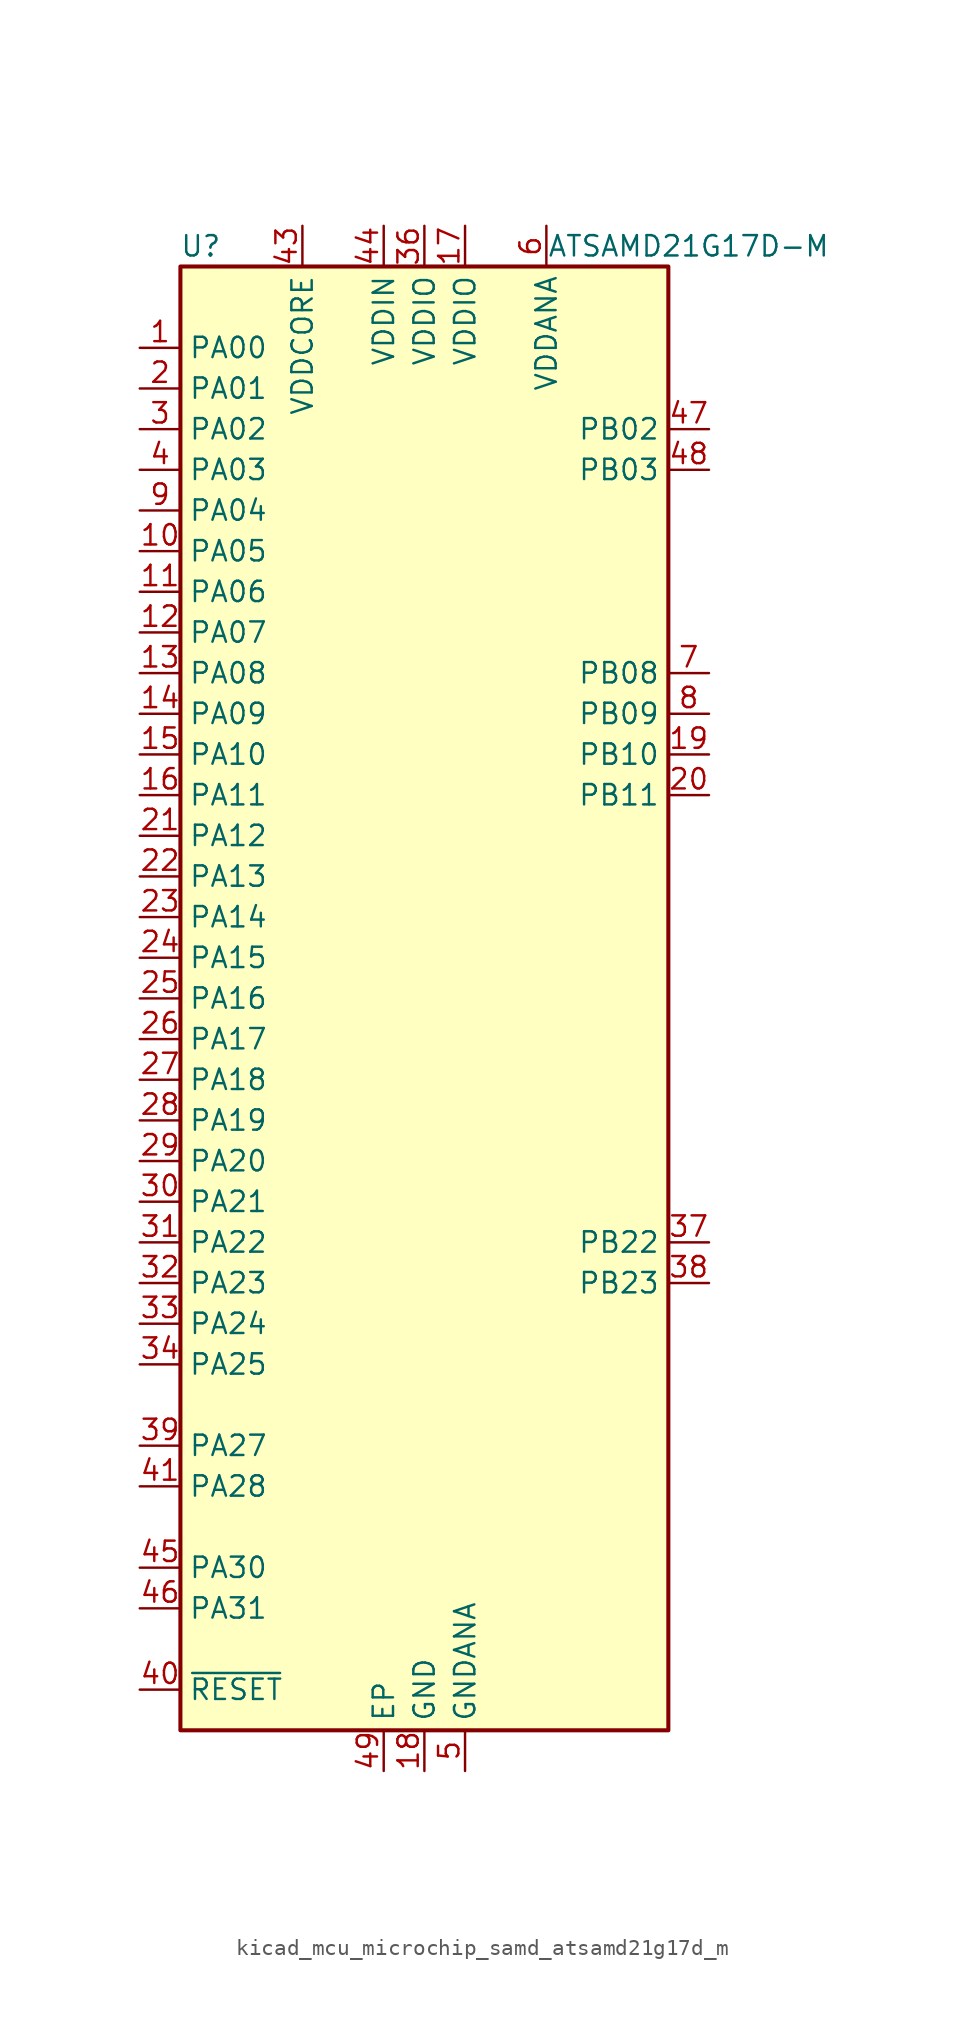
<source format=kicad_sym>
(kicad_symbol_lib
  (version 20220914)
  (generator kicad_symbol_editor)
  (symbol "kicad_mcu_microchip_samd_atsamd21g17d_m"
    (property "Reference" "U"
      (at -13.97 46.99 0)
      (effects (font (size 1.27 1.27))))
    (property "Value" "ATSAMD21G17D-M"
      (at 16.51 46.99 0)
      (effects (font (size 1.27 1.27))))
    (symbol "kicad_mcu_microchip_samd_atsamd21g17d_m_0_1"
      (rectangle (start -15.24 45.72) (end 15.24 -45.72) (stroke (width 0.254) (type default)) (fill (type background))))
    (symbol "kicad_mcu_microchip_samd_atsamd21g17d_m_1_1"
      (pin bidirectional line (at -17.78 40.64 0) (length 2.54) (name "PA00" (effects (font (size 1.27 1.27)))) (number "1" (effects (font (size 1.27 1.27)))))
      (pin bidirectional line (at -17.78 27.94 0) (length 2.54) (name "PA05" (effects (font (size 1.27 1.27)))) (number "10" (effects (font (size 1.27 1.27)))))
      (pin bidirectional line (at -17.78 25.4 0) (length 2.54) (name "PA06" (effects (font (size 1.27 1.27)))) (number "11" (effects (font (size 1.27 1.27)))))
      (pin bidirectional line (at -17.78 22.86 0) (length 2.54) (name "PA07" (effects (font (size 1.27 1.27)))) (number "12" (effects (font (size 1.27 1.27)))))
      (pin bidirectional line (at -17.78 20.32 0) (length 2.54) (name "PA08" (effects (font (size 1.27 1.27)))) (number "13" (effects (font (size 1.27 1.27)))))
      (pin bidirectional line (at -17.78 17.78 0) (length 2.54) (name "PA09" (effects (font (size 1.27 1.27)))) (number "14" (effects (font (size 1.27 1.27)))))
      (pin bidirectional line (at -17.78 15.24 0) (length 2.54) (name "PA10" (effects (font (size 1.27 1.27)))) (number "15" (effects (font (size 1.27 1.27)))))
      (pin bidirectional line (at -17.78 12.7 0) (length 2.54) (name "PA11" (effects (font (size 1.27 1.27)))) (number "16" (effects (font (size 1.27 1.27)))))
      (pin power_in line (at 2.54 48.26 270) (length 2.54) (name "VDDIO" (effects (font (size 1.27 1.27)))) (number "17" (effects (font (size 1.27 1.27)))))
      (pin power_in line (at 0 -48.26 90) (length 2.54) (name "GND" (effects (font (size 1.27 1.27)))) (number "18" (effects (font (size 1.27 1.27)))))
      (pin bidirectional line (at 17.78 15.24 180) (length 2.54) (name "PB10" (effects (font (size 1.27 1.27)))) (number "19" (effects (font (size 1.27 1.27)))))
      (pin bidirectional line (at -17.78 38.1 0) (length 2.54) (name "PA01" (effects (font (size 1.27 1.27)))) (number "2" (effects (font (size 1.27 1.27)))))
      (pin bidirectional line (at 17.78 12.7 180) (length 2.54) (name "PB11" (effects (font (size 1.27 1.27)))) (number "20" (effects (font (size 1.27 1.27)))))
      (pin bidirectional line (at -17.78 10.16 0) (length 2.54) (name "PA12" (effects (font (size 1.27 1.27)))) (number "21" (effects (font (size 1.27 1.27)))))
      (pin bidirectional line (at -17.78 7.62 0) (length 2.54) (name "PA13" (effects (font (size 1.27 1.27)))) (number "22" (effects (font (size 1.27 1.27)))))
      (pin bidirectional line (at -17.78 5.08 0) (length 2.54) (name "PA14" (effects (font (size 1.27 1.27)))) (number "23" (effects (font (size 1.27 1.27)))))
      (pin bidirectional line (at -17.78 2.54 0) (length 2.54) (name "PA15" (effects (font (size 1.27 1.27)))) (number "24" (effects (font (size 1.27 1.27)))))
      (pin bidirectional line (at -17.78 0 0) (length 2.54) (name "PA16" (effects (font (size 1.27 1.27)))) (number "25" (effects (font (size 1.27 1.27)))))
      (pin bidirectional line (at -17.78 -2.54 0) (length 2.54) (name "PA17" (effects (font (size 1.27 1.27)))) (number "26" (effects (font (size 1.27 1.27)))))
      (pin bidirectional line (at -17.78 -5.08 0) (length 2.54) (name "PA18" (effects (font (size 1.27 1.27)))) (number "27" (effects (font (size 1.27 1.27)))))
      (pin bidirectional line (at -17.78 -7.62 0) (length 2.54) (name "PA19" (effects (font (size 1.27 1.27)))) (number "28" (effects (font (size 1.27 1.27)))))
      (pin bidirectional line (at -17.78 -10.16 0) (length 2.54) (name "PA20" (effects (font (size 1.27 1.27)))) (number "29" (effects (font (size 1.27 1.27)))))
      (pin bidirectional line (at -17.78 35.56 0) (length 2.54) (name "PA02" (effects (font (size 1.27 1.27)))) (number "3" (effects (font (size 1.27 1.27)))))
      (pin bidirectional line (at -17.78 -12.7 0) (length 2.54) (name "PA21" (effects (font (size 1.27 1.27)))) (number "30" (effects (font (size 1.27 1.27)))))
      (pin bidirectional line (at -17.78 -15.24 0) (length 2.54) (name "PA22" (effects (font (size 1.27 1.27)))) (number "31" (effects (font (size 1.27 1.27)))))
      (pin bidirectional line (at -17.78 -17.78 0) (length 2.54) (name "PA23" (effects (font (size 1.27 1.27)))) (number "32" (effects (font (size 1.27 1.27)))))
      (pin bidirectional line (at -17.78 -20.32 0) (length 2.54) (name "PA24" (effects (font (size 1.27 1.27)))) (number "33" (effects (font (size 1.27 1.27)))))
      (pin bidirectional line (at -17.78 -22.86 0) (length 2.54) (name "PA25" (effects (font (size 1.27 1.27)))) (number "34" (effects (font (size 1.27 1.27)))))
      (pin passive line (at 0 -48.26 90) (length 2.54) hide (name "GND" (effects (font (size 1.27 1.27)))) (number "35" (effects (font (size 1.27 1.27)))))
      (pin power_in line (at 0 48.26 270) (length 2.54) (name "VDDIO" (effects (font (size 1.27 1.27)))) (number "36" (effects (font (size 1.27 1.27)))))
      (pin bidirectional line (at 17.78 -15.24 180) (length 2.54) (name "PB22" (effects (font (size 1.27 1.27)))) (number "37" (effects (font (size 1.27 1.27)))))
      (pin bidirectional line (at 17.78 -17.78 180) (length 2.54) (name "PB23" (effects (font (size 1.27 1.27)))) (number "38" (effects (font (size 1.27 1.27)))))
      (pin bidirectional line (at -17.78 -27.94 0) (length 2.54) (name "PA27" (effects (font (size 1.27 1.27)))) (number "39" (effects (font (size 1.27 1.27)))))
      (pin bidirectional line (at -17.78 33.02 0) (length 2.54) (name "PA03" (effects (font (size 1.27 1.27)))) (number "4" (effects (font (size 1.27 1.27)))))
      (pin input line (at -17.78 -43.18 0) (length 2.54) (name "~{RESET}" (effects (font (size 1.27 1.27)))) (number "40" (effects (font (size 1.27 1.27)))))
      (pin bidirectional line (at -17.78 -30.48 0) (length 2.54) (name "PA28" (effects (font (size 1.27 1.27)))) (number "41" (effects (font (size 1.27 1.27)))))
      (pin passive line (at 0 -48.26 90) (length 2.54) hide (name "GND" (effects (font (size 1.27 1.27)))) (number "42" (effects (font (size 1.27 1.27)))))
      (pin power_out line (at -7.62 48.26 270) (length 2.54) (name "VDDCORE" (effects (font (size 1.27 1.27)))) (number "43" (effects (font (size 1.27 1.27)))))
      (pin power_in line (at -2.54 48.26 270) (length 2.54) (name "VDDIN" (effects (font (size 1.27 1.27)))) (number "44" (effects (font (size 1.27 1.27)))))
      (pin bidirectional line (at -17.78 -35.56 0) (length 2.54) (name "PA30" (effects (font (size 1.27 1.27)))) (number "45" (effects (font (size 1.27 1.27)))))
      (pin bidirectional line (at -17.78 -38.1 0) (length 2.54) (name "PA31" (effects (font (size 1.27 1.27)))) (number "46" (effects (font (size 1.27 1.27)))))
      (pin bidirectional line (at 17.78 35.56 180) (length 2.54) (name "PB02" (effects (font (size 1.27 1.27)))) (number "47" (effects (font (size 1.27 1.27)))))
      (pin bidirectional line (at 17.78 33.02 180) (length 2.54) (name "PB03" (effects (font (size 1.27 1.27)))) (number "48" (effects (font (size 1.27 1.27)))))
      (pin passive line (at -2.54 -48.26 90) (length 2.54) (name "EP" (effects (font (size 1.27 1.27)))) (number "49" (effects (font (size 1.27 1.27)))))
      (pin power_in line (at 2.54 -48.26 90) (length 2.54) (name "GNDANA" (effects (font (size 1.27 1.27)))) (number "5" (effects (font (size 1.27 1.27)))))
      (pin power_in line (at 7.62 48.26 270) (length 2.54) (name "VDDANA" (effects (font (size 1.27 1.27)))) (number "6" (effects (font (size 1.27 1.27)))))
      (pin bidirectional line (at 17.78 20.32 180) (length 2.54) (name "PB08" (effects (font (size 1.27 1.27)))) (number "7" (effects (font (size 1.27 1.27)))))
      (pin bidirectional line (at 17.78 17.78 180) (length 2.54) (name "PB09" (effects (font (size 1.27 1.27)))) (number "8" (effects (font (size 1.27 1.27)))))
      (pin bidirectional line (at -17.78 30.48 0) (length 2.54) (name "PA04" (effects (font (size 1.27 1.27)))) (number "9" (effects (font (size 1.27 1.27))))))))
</source>
